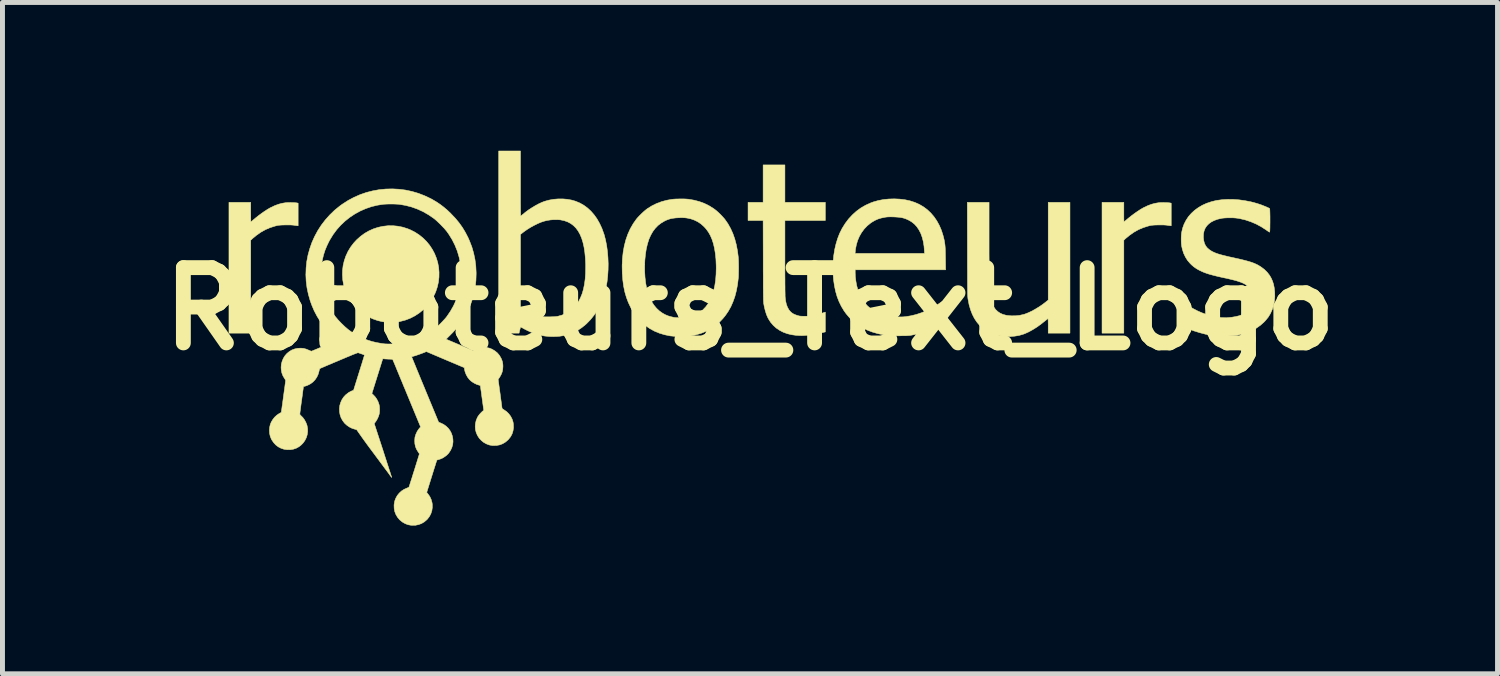
<source format=kicad_pcb>
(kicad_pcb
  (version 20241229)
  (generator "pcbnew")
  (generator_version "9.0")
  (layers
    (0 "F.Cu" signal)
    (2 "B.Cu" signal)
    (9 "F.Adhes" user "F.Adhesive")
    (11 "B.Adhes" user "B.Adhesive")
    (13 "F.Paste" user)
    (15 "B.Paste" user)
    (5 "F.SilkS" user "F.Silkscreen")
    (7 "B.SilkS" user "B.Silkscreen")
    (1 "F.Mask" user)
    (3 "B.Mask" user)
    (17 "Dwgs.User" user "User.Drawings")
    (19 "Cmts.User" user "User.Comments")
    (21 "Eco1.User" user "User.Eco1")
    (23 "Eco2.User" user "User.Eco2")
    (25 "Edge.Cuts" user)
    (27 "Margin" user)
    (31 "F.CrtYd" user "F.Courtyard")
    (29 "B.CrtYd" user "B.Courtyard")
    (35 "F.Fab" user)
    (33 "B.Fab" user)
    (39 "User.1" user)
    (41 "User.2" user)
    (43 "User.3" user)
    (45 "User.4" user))
  (footprint "Roboteurs_Text_Logo"
    (layer "F.Cu")
    (at 12.127 3.2)
    (property "Reference" "Roboteurs_Text_Logo" (at 0 0 0) (layer "F.SilkS") (effects (font (size 1.524 1.524) (thickness 0.3))))
    (attr through_hole)
    (fp_poly (pts (xy -10.104 -1.959) (xy -10.103 -1.913) (xy -10.103 -1.871) (xy -10.103 -1.833) (xy -10.102 -1.803) (xy -10.102 -1.779) (xy -10.101 -1.765) (xy -10.1 -1.761) (xy -10.095 -1.765) (xy -10.083 -1.774) (xy -10.067 -1.787) (xy -10.059 -1.794) (xy -10.003 -1.841) (xy -9.944 -1.888) (xy -9.883 -1.933) (xy -9.823 -1.975) (xy -9.766 -2.012) (xy -9.713 -2.043) (xy -9.693 -2.053) (xy -9.615 -2.09) (xy -9.539 -2.118) (xy -9.466 -2.137) (xy -9.391 -2.149) (xy -9.375 -2.15) (xy -9.345 -2.152) (xy -9.31 -2.152) (xy -9.273 -2.151) (xy -9.237 -2.15) (xy -9.203 -2.148) (xy -9.176 -2.145) (xy -9.159 -2.142) (xy -9.144 -2.138) (xy -9.144 -1.681) (xy -9.171 -1.684) (xy -9.19 -1.686) (xy -9.216 -1.69) (xy -9.24 -1.694) (xy -9.265 -1.696) (xy -9.3 -1.698) (xy -9.344 -1.698) (xy -9.396 -1.698) (xy -9.409 -1.698) (xy -9.451 -1.697) (xy -9.483 -1.696) (xy -9.509 -1.694) (xy -9.53 -1.692) (xy -9.549 -1.69) (xy -9.568 -1.686) (xy -9.589 -1.681) (xy -9.612 -1.675) (xy -9.713 -1.643) (xy -9.809 -1.602) (xy -9.901 -1.55) (xy -9.989 -1.488) (xy -10.072 -1.419) (xy -10.104 -1.389) (xy -10.104 0.491) (xy -10.544 0.491) (xy -10.544 -2.156) (xy -10.104 -2.156) (xy -10.104 -1.959)) (stroke (width 0.01) (type solid)) (fill yes) (layer "F.SilkS"))
    (fp_poly (pts (xy 7.564 -1.959) (xy 7.564 -1.913) (xy 7.564 -1.871) (xy 7.564 -1.833) (xy 7.565 -1.803) (xy 7.566 -1.779) (xy 7.566 -1.765) (xy 7.567 -1.761) (xy 7.573 -1.765) (xy 7.584 -1.774) (xy 7.6 -1.787) (xy 7.608 -1.794) (xy 7.664 -1.841) (xy 7.723 -1.888) (xy 7.784 -1.933) (xy 7.844 -1.975) (xy 7.901 -2.012) (xy 7.954 -2.043) (xy 7.974 -2.053) (xy 8.052 -2.09) (xy 8.128 -2.118) (xy 8.201 -2.137) (xy 8.276 -2.149) (xy 8.293 -2.15) (xy 8.322 -2.152) (xy 8.357 -2.152) (xy 8.394 -2.151) (xy 8.43 -2.15) (xy 8.464 -2.148) (xy 8.491 -2.145) (xy 8.508 -2.142) (xy 8.523 -2.138) (xy 8.523 -1.681) (xy 8.496 -1.684) (xy 8.477 -1.686) (xy 8.452 -1.69) (xy 8.427 -1.694) (xy 8.402 -1.696) (xy 8.367 -1.698) (xy 8.323 -1.698) (xy 8.271 -1.698) (xy 8.258 -1.698) (xy 8.216 -1.697) (xy 8.184 -1.696) (xy 8.158 -1.694) (xy 8.137 -1.692) (xy 8.118 -1.69) (xy 8.099 -1.686) (xy 8.078 -1.681) (xy 8.055 -1.675) (xy 7.954 -1.643) (xy 7.858 -1.602) (xy 7.766 -1.55) (xy 7.678 -1.488) (xy 7.595 -1.419) (xy 7.564 -1.389) (xy 7.564 0.491) (xy 7.123 0.491) (xy 7.123 -2.156) (xy 7.564 -2.156) (xy 7.564 -1.959)) (stroke (width 0.01) (type solid)) (fill yes) (layer "F.SilkS"))
    (fp_poly (pts (xy -7.127 -1.673) (xy -7.027 -1.653) (xy -6.929 -1.622) (xy -6.869 -1.597) (xy -6.777 -1.55) (xy -6.692 -1.494) (xy -6.614 -1.431) (xy -6.544 -1.361) (xy -6.482 -1.285) (xy -6.429 -1.204) (xy -6.383 -1.118) (xy -6.347 -1.028) (xy -6.319 -0.935) (xy -6.301 -0.839) (xy -6.293 -0.742) (xy -6.294 -0.643) (xy -6.305 -0.544) (xy -6.327 -0.446) (xy -6.359 -0.349) (xy -6.378 -0.304) (xy -6.426 -0.212) (xy -6.483 -0.126) (xy -6.548 -0.046) (xy -6.621 0.025) (xy -6.701 0.089) (xy -6.787 0.144) (xy -6.879 0.191) (xy -6.977 0.228) (xy -7.073 0.253) (xy -7.094 0.258) (xy -7.115 0.261) (xy -7.137 0.264) (xy -7.163 0.267) (xy -7.195 0.269) (xy -7.235 0.272) (xy -7.25 0.273) (xy -7.268 0.273) (xy -7.293 0.273) (xy -7.322 0.272) (xy -7.342 0.271) (xy -7.44 0.259) (xy -7.537 0.236) (xy -7.631 0.203) (xy -7.722 0.161) (xy -7.809 0.11) (xy -7.89 0.05) (xy -7.964 -0.016) (xy -8.03 -0.09) (xy -8.043 -0.107) (xy -8.105 -0.196) (xy -8.155 -0.289) (xy -8.194 -0.384) (xy -8.223 -0.483) (xy -8.241 -0.585) (xy -8.248 -0.69) (xy -8.246 -0.775) (xy -8.234 -0.876) (xy -8.211 -0.974) (xy -8.178 -1.07) (xy -8.135 -1.162) (xy -8.082 -1.25) (xy -8.02 -1.332) (xy -7.961 -1.396) (xy -7.883 -1.466) (xy -7.8 -1.527) (xy -7.712 -1.578) (xy -7.62 -1.619) (xy -7.525 -1.65) (xy -7.427 -1.671) (xy -7.328 -1.682) (xy -7.227 -1.683) (xy -7.127 -1.673)) (stroke (width 0.01) (type solid)) (fill yes) (layer "F.SilkS"))
    (fp_poly (pts (xy 0.706 -2.156) (xy 1.524 -2.156) (xy 1.524 -1.789) (xy 0.706 -1.789) (xy 0.706 -1.054) (xy 0.706 -0.951) (xy 0.706 -0.852) (xy 0.706 -0.759) (xy 0.706 -0.671) (xy 0.707 -0.589) (xy 0.707 -0.515) (xy 0.708 -0.448) (xy 0.708 -0.389) (xy 0.709 -0.338) (xy 0.71 -0.297) (xy 0.71 -0.266) (xy 0.711 -0.245) (xy 0.711 -0.241) (xy 0.72 -0.163) (xy 0.735 -0.094) (xy 0.757 -0.035) (xy 0.784 0.015) (xy 0.817 0.056) (xy 0.818 0.056) (xy 0.846 0.081) (xy 0.875 0.1) (xy 0.909 0.116) (xy 0.95 0.131) (xy 0.957 0.133) (xy 0.974 0.138) (xy 0.989 0.142) (xy 1.004 0.145) (xy 1.02 0.147) (xy 1.041 0.148) (xy 1.067 0.149) (xy 1.102 0.149) (xy 1.132 0.149) (xy 1.179 0.149) (xy 1.218 0.148) (xy 1.252 0.146) (xy 1.282 0.142) (xy 1.311 0.136) (xy 1.343 0.127) (xy 1.38 0.115) (xy 1.424 0.099) (xy 1.425 0.099) (xy 1.453 0.089) (xy 1.478 0.08) (xy 1.498 0.074) (xy 1.51 0.07) (xy 1.511 0.069) (xy 1.524 0.066) (xy 1.524 0.466) (xy 1.449 0.484) (xy 1.378 0.5) (xy 1.305 0.514) (xy 1.232 0.525) (xy 1.165 0.533) (xy 1.138 0.536) (xy 1.092 0.539) (xy 1.052 0.541) (xy 1.013 0.54) (xy 0.97 0.538) (xy 0.935 0.536) (xy 0.842 0.523) (xy 0.754 0.502) (xy 0.672 0.472) (xy 0.597 0.433) (xy 0.529 0.387) (xy 0.469 0.332) (xy 0.416 0.27) (xy 0.372 0.201) (xy 0.362 0.182) (xy 0.333 0.116) (xy 0.309 0.04) (xy 0.288 -0.045) (xy 0.279 -0.096) (xy 0.277 -0.105) (xy 0.276 -0.114) (xy 0.275 -0.126) (xy 0.274 -0.139) (xy 0.273 -0.154) (xy 0.272 -0.173) (xy 0.271 -0.196) (xy 0.271 -0.223) (xy 0.27 -0.255) (xy 0.27 -0.292) (xy 0.269 -0.335) (xy 0.269 -0.385) (xy 0.268 -0.443) (xy 0.268 -0.508) (xy 0.268 -0.581) (xy 0.268 -0.664) (xy 0.267 -0.756) (xy 0.267 -0.858) (xy 0.267 -0.971) (xy 0.267 -0.972) (xy 0.265 -1.789) (xy -0.04 -1.789) (xy -0.04 -2.156) (xy 0.265 -2.156) (xy 0.265 -2.913) (xy 0.706 -2.913) (xy 0.706 -2.156)) (stroke (width 0.01) (type solid)) (fill yes) (layer "F.SilkS"))
    (fp_poly (pts (xy 4.837 -1.344) (xy 4.837 -1.216) (xy 4.837 -1.099) (xy 4.838 -0.992) (xy 4.838 -0.895) (xy 4.838 -0.807) (xy 4.839 -0.727) (xy 4.839 -0.655) (xy 4.84 -0.591) (xy 4.841 -0.533) (xy 4.843 -0.482) (xy 4.844 -0.436) (xy 4.846 -0.396) (xy 4.848 -0.36) (xy 4.851 -0.329) (xy 4.853 -0.301) (xy 4.856 -0.275) (xy 4.86 -0.253) (xy 4.864 -0.232) (xy 4.868 -0.212) (xy 4.872 -0.193) (xy 4.877 -0.174) (xy 4.88 -0.166) (xy 4.904 -0.097) (xy 4.934 -0.037) (xy 4.969 0.013) (xy 5.012 0.054) (xy 5.061 0.087) (xy 5.117 0.112) (xy 5.181 0.129) (xy 5.204 0.133) (xy 5.288 0.141) (xy 5.373 0.14) (xy 5.456 0.131) (xy 5.536 0.113) (xy 5.563 0.105) (xy 5.627 0.08) (xy 5.696 0.048) (xy 5.767 0.009) (xy 5.84 -0.035) (xy 5.913 -0.084) (xy 5.982 -0.136) (xy 5.987 -0.141) (xy 6.034 -0.178) (xy 6.034 -2.156) (xy 6.474 -2.156) (xy 6.474 0.491) (xy 6.034 0.491) (xy 6.034 0.344) (xy 6.034 0.305) (xy 6.033 0.27) (xy 6.033 0.24) (xy 6.032 0.217) (xy 6.031 0.202) (xy 6.03 0.198) (xy 6.024 0.201) (xy 6.011 0.21) (xy 5.994 0.224) (xy 5.98 0.235) (xy 5.891 0.306) (xy 5.804 0.369) (xy 5.719 0.422) (xy 5.637 0.467) (xy 5.559 0.502) (xy 5.52 0.516) (xy 5.442 0.538) (xy 5.357 0.552) (xy 5.27 0.56) (xy 5.182 0.56) (xy 5.153 0.559) (xy 5.069 0.549) (xy 4.987 0.53) (xy 4.947 0.519) (xy 4.863 0.487) (xy 4.785 0.446) (xy 4.714 0.396) (xy 4.649 0.338) (xy 4.592 0.27) (xy 4.541 0.194) (xy 4.498 0.11) (xy 4.462 0.017) (xy 4.433 -0.083) (xy 4.412 -0.192) (xy 4.41 -0.203) (xy 4.409 -0.212) (xy 4.408 -0.223) (xy 4.407 -0.234) (xy 4.406 -0.248) (xy 4.405 -0.265) (xy 4.404 -0.285) (xy 4.403 -0.309) (xy 4.403 -0.336) (xy 4.402 -0.369) (xy 4.402 -0.407) (xy 4.401 -0.451) (xy 4.401 -0.502) (xy 4.401 -0.559) (xy 4.4 -0.624) (xy 4.4 -0.697) (xy 4.4 -0.778) (xy 4.399 -0.869) (xy 4.399 -0.969) (xy 4.399 -1.079) (xy 4.399 -1.2) (xy 4.399 -1.212) (xy 4.397 -2.156) (xy 4.837 -2.156) (xy 4.837 -1.344)) (stroke (width 0.01) (type solid)) (fill yes) (layer "F.SilkS"))
    (fp_poly (pts (xy -4.645 -2.537) (xy -4.645 -2.452) (xy -4.645 -2.37) (xy -4.645 -2.292) (xy -4.645 -2.219) (xy -4.645 -2.151) (xy -4.644 -2.088) (xy -4.644 -2.033) (xy -4.643 -1.985) (xy -4.643 -1.945) (xy -4.642 -1.914) (xy -4.642 -1.893) (xy -4.641 -1.881) (xy -4.641 -1.88) (xy -4.635 -1.883) (xy -4.623 -1.892) (xy -4.607 -1.905) (xy -4.603 -1.908) (xy -4.543 -1.957) (xy -4.478 -2.005) (xy -4.41 -2.049) (xy -4.342 -2.09) (xy -4.275 -2.126) (xy -4.212 -2.155) (xy -4.16 -2.175) (xy -4.071 -2.2) (xy -3.977 -2.217) (xy -3.882 -2.225) (xy -3.787 -2.225) (xy -3.694 -2.217) (xy -3.604 -2.2) (xy -3.53 -2.178) (xy -3.444 -2.142) (xy -3.363 -2.096) (xy -3.288 -2.041) (xy -3.218 -1.976) (xy -3.153 -1.901) (xy -3.095 -1.819) (xy -3.043 -1.727) (xy -2.997 -1.628) (xy -2.958 -1.52) (xy -2.95 -1.496) (xy -2.923 -1.391) (xy -2.901 -1.279) (xy -2.885 -1.16) (xy -2.875 -1.038) (xy -2.87 -0.914) (xy -2.872 -0.789) (xy -2.88 -0.666) (xy -2.893 -0.547) (xy -2.913 -0.435) (xy -2.944 -0.31) (xy -2.983 -0.192) (xy -3.031 -0.08) (xy -3.088 0.026) (xy -3.153 0.124) (xy -3.226 0.215) (xy -3.306 0.298) (xy -3.327 0.317) (xy -3.408 0.382) (xy -3.491 0.437) (xy -3.579 0.482) (xy -3.67 0.516) (xy -3.767 0.541) (xy -3.868 0.556) (xy -3.975 0.561) (xy -4.061 0.559) (xy -4.152 0.55) (xy -4.237 0.536) (xy -4.284 0.525) (xy -4.336 0.509) (xy -4.394 0.487) (xy -4.454 0.462) (xy -4.514 0.434) (xy -4.571 0.405) (xy -4.59 0.394) (xy -4.611 0.383) (xy -4.628 0.374) (xy -4.639 0.368) (xy -4.642 0.368) (xy -4.645 0.374) (xy -4.649 0.388) (xy -4.654 0.409) (xy -4.66 0.432) (xy -4.666 0.457) (xy -4.67 0.476) (xy -4.674 0.491) (xy -5.086 0.491) (xy -5.086 -1.506) (xy -4.645 -1.506) (xy -4.645 0.016) (xy -4.562 0.053) (xy -4.489 0.083) (xy -4.423 0.108) (xy -4.36 0.127) (xy -4.3 0.142) (xy -4.238 0.154) (xy -4.228 0.155) (xy -4.198 0.158) (xy -4.16 0.161) (xy -4.118 0.162) (xy -4.072 0.162) (xy -4.026 0.161) (xy -3.982 0.159) (xy -3.943 0.157) (xy -3.91 0.153) (xy -3.889 0.15) (xy -3.807 0.127) (xy -3.732 0.096) (xy -3.664 0.057) (xy -3.601 0.009) (xy -3.57 -0.02) (xy -3.518 -0.08) (xy -3.471 -0.147) (xy -3.432 -0.222) (xy -3.398 -0.304) (xy -3.371 -0.395) (xy -3.351 -0.494) (xy -3.336 -0.602) (xy -3.328 -0.718) (xy -3.326 -0.844) (xy -3.326 -0.903) (xy -3.332 -1.028) (xy -3.343 -1.144) (xy -3.359 -1.249) (xy -3.381 -1.345) (xy -3.408 -1.432) (xy -3.441 -1.509) (xy -3.479 -1.577) (xy -3.523 -1.636) (xy -3.573 -1.686) (xy -3.628 -1.727) (xy -3.69 -1.76) (xy -3.757 -1.784) (xy -3.831 -1.8) (xy -3.838 -1.801) (xy -3.872 -1.804) (xy -3.915 -1.805) (xy -3.965 -1.805) (xy -3.97 -1.805) (xy -4.038 -1.8) (xy -4.102 -1.79) (xy -4.164 -1.775) (xy -4.228 -1.754) (xy -4.295 -1.726) (xy -4.36 -1.694) (xy -4.432 -1.655) (xy -4.502 -1.612) (xy -4.567 -1.567) (xy -4.606 -1.537) (xy -4.645 -1.506) (xy -5.086 -1.506) (xy -5.086 -3.195) (xy -4.645 -3.195) (xy -4.645 -2.537)) (stroke (width 0.01) (type solid)) (fill yes) (layer "F.SilkS"))
    (fp_poly (pts (xy 3.029 -2.221) (xy 3.136 -2.208) (xy 3.237 -2.186) (xy 3.333 -2.155) (xy 3.424 -2.115) (xy 3.509 -2.065) (xy 3.587 -2.007) (xy 3.658 -1.94) (xy 3.723 -1.864) (xy 3.78 -1.781) (xy 3.83 -1.69) (xy 3.872 -1.592) (xy 3.906 -1.486) (xy 3.917 -1.443) (xy 3.926 -1.406) (xy 3.933 -1.372) (xy 3.938 -1.339) (xy 3.943 -1.306) (xy 3.947 -1.27) (xy 3.95 -1.23) (xy 3.952 -1.185) (xy 3.953 -1.134) (xy 3.954 -1.073) (xy 3.955 -1.017) (xy 3.958 -0.79) (xy 2.128 -0.79) (xy 2.128 -0.734) (xy 2.131 -0.65) (xy 2.142 -0.563) (xy 2.157 -0.477) (xy 2.179 -0.396) (xy 2.185 -0.376) (xy 2.221 -0.286) (xy 2.265 -0.203) (xy 2.316 -0.128) (xy 2.376 -0.061) (xy 2.443 -0.003) (xy 2.518 0.048) (xy 2.6 0.089) (xy 2.689 0.122) (xy 2.785 0.147) (xy 2.802 0.15) (xy 2.832 0.154) (xy 2.87 0.158) (xy 2.914 0.16) (xy 2.962 0.162) (xy 3.01 0.163) (xy 3.057 0.163) (xy 3.1 0.162) (xy 3.135 0.159) (xy 3.145 0.158) (xy 3.255 0.14) (xy 3.367 0.113) (xy 3.479 0.075) (xy 3.589 0.029) (xy 3.695 -0.025) (xy 3.796 -0.087) (xy 3.842 -0.119) (xy 3.863 -0.133) (xy 3.881 -0.144) (xy 3.895 -0.151) (xy 3.9 -0.152) (xy 3.912 -0.152) (xy 3.91 0.088) (xy 3.909 0.329) (xy 3.782 0.379) (xy 3.697 0.411) (xy 3.62 0.439) (xy 3.548 0.463) (xy 3.479 0.484) (xy 3.41 0.502) (xy 3.339 0.518) (xy 3.274 0.531) (xy 3.254 0.535) (xy 3.234 0.538) (xy 3.213 0.54) (xy 3.19 0.541) (xy 3.162 0.543) (xy 3.128 0.544) (xy 3.086 0.544) (xy 3.034 0.545) (xy 3.034 0.545) (xy 2.989 0.545) (xy 2.948 0.545) (xy 2.91 0.545) (xy 2.878 0.545) (xy 2.854 0.545) (xy 2.839 0.544) (xy 2.836 0.544) (xy 2.707 0.526) (xy 2.585 0.501) (xy 2.472 0.468) (xy 2.366 0.427) (xy 2.268 0.378) (xy 2.177 0.322) (xy 2.094 0.256) (xy 2.017 0.183) (xy 1.947 0.101) (xy 1.901 0.037) (xy 1.848 -0.051) (xy 1.802 -0.145) (xy 1.763 -0.245) (xy 1.732 -0.353) (xy 1.708 -0.467) (xy 1.69 -0.59) (xy 1.681 -0.703) (xy 1.678 -0.83) (xy 1.682 -0.956) (xy 1.694 -1.08) (xy 1.701 -1.123) (xy 2.126 -1.123) (xy 3.531 -1.123) (xy 3.529 -1.164) (xy 3.521 -1.268) (xy 3.506 -1.363) (xy 3.483 -1.451) (xy 3.454 -1.53) (xy 3.417 -1.601) (xy 3.374 -1.664) (xy 3.325 -1.717) (xy 3.268 -1.762) (xy 3.223 -1.789) (xy 3.18 -1.81) (xy 3.138 -1.827) (xy 3.096 -1.84) (xy 3.051 -1.849) (xy 3.001 -1.855) (xy 2.944 -1.859) (xy 2.901 -1.861) (xy 2.86 -1.862) (xy 2.827 -1.862) (xy 2.8 -1.861) (xy 2.776 -1.86) (xy 2.752 -1.857) (xy 2.725 -1.853) (xy 2.723 -1.852) (xy 2.651 -1.837) (xy 2.587 -1.817) (xy 2.527 -1.79) (xy 2.469 -1.756) (xy 2.438 -1.735) (xy 2.371 -1.68) (xy 2.311 -1.617) (xy 2.258 -1.546) (xy 2.214 -1.469) (xy 2.178 -1.386) (xy 2.152 -1.299) (xy 2.134 -1.207) (xy 2.13 -1.166) (xy 2.126 -1.123) (xy 1.701 -1.123) (xy 1.713 -1.2) (xy 1.74 -1.315) (xy 1.773 -1.424) (xy 1.813 -1.527) (xy 1.86 -1.621) (xy 1.863 -1.627) (xy 1.926 -1.728) (xy 1.995 -1.82) (xy 2.072 -1.903) (xy 2.154 -1.977) (xy 2.243 -2.042) (xy 2.338 -2.097) (xy 2.439 -2.143) (xy 2.496 -2.164) (xy 2.595 -2.192) (xy 2.7 -2.212) (xy 2.809 -2.223) (xy 2.919 -2.226) (xy 3.029 -2.221)) (stroke (width 0.01) (type solid)) (fill yes) (layer "F.SilkS"))
    (fp_poly (pts (xy -1.347 -2.225) (xy -1.3 -2.223) (xy -1.26 -2.22) (xy -1.245 -2.219) (xy -1.131 -2.199) (xy -1.025 -2.171) (xy -0.924 -2.134) (xy -0.829 -2.087) (xy -0.739 -2.031) (xy -0.691 -1.995) (xy -0.664 -1.972) (xy -0.631 -1.942) (xy -0.597 -1.909) (xy -0.564 -1.874) (xy -0.534 -1.841) (xy -0.51 -1.813) (xy -0.507 -1.809) (xy -0.446 -1.721) (xy -0.393 -1.626) (xy -0.347 -1.524) (xy -0.309 -1.416) (xy -0.278 -1.299) (xy -0.254 -1.175) (xy -0.237 -1.042) (xy -0.237 -1.039) (xy -0.235 -1.006) (xy -0.233 -0.965) (xy -0.232 -0.917) (xy -0.231 -0.865) (xy -0.231 -0.811) (xy -0.232 -0.759) (xy -0.233 -0.709) (xy -0.234 -0.666) (xy -0.236 -0.63) (xy -0.237 -0.624) (xy -0.253 -0.491) (xy -0.276 -0.368) (xy -0.306 -0.252) (xy -0.344 -0.145) (xy -0.388 -0.044) (xy -0.441 0.05) (xy -0.501 0.137) (xy -0.546 0.192) (xy -0.621 0.271) (xy -0.703 0.341) (xy -0.791 0.401) (xy -0.885 0.452) (xy -0.986 0.493) (xy -1.092 0.525) (xy -1.184 0.545) (xy -1.206 0.548) (xy -1.236 0.551) (xy -1.27 0.555) (xy -1.307 0.558) (xy -1.343 0.56) (xy -1.376 0.562) (xy -1.403 0.563) (xy -1.421 0.564) (xy -1.422 0.563) (xy -1.433 0.563) (xy -1.453 0.562) (xy -1.478 0.56) (xy -1.504 0.558) (xy -1.621 0.546) (xy -1.731 0.523) (xy -1.836 0.491) (xy -1.935 0.45) (xy -2.028 0.399) (xy -2.115 0.339) (xy -2.195 0.269) (xy -2.269 0.19) (xy -2.336 0.102) (xy -2.397 0.005) (xy -2.415 -0.029) (xy -2.462 -0.128) (xy -2.501 -0.231) (xy -2.533 -0.34) (xy -2.557 -0.456) (xy -2.574 -0.58) (xy -2.584 -0.711) (xy -2.585 -0.721) (xy -2.586 -0.761) (xy -2.132 -0.761) (xy -2.125 -0.639) (xy -2.112 -0.525) (xy -2.092 -0.419) (xy -2.065 -0.32) (xy -2.031 -0.23) (xy -1.992 -0.149) (xy -1.945 -0.076) (xy -1.893 -0.013) (xy -1.834 0.042) (xy -1.83 0.045) (xy -1.774 0.085) (xy -1.717 0.117) (xy -1.657 0.142) (xy -1.591 0.161) (xy -1.538 0.173) (xy -1.512 0.176) (xy -1.478 0.178) (xy -1.438 0.179) (xy -1.396 0.178) (xy -1.352 0.177) (xy -1.311 0.175) (xy -1.276 0.172) (xy -1.248 0.168) (xy -1.242 0.167) (xy -1.189 0.153) (xy -1.141 0.137) (xy -1.095 0.116) (xy -1.087 0.112) (xy -1.017 0.071) (xy -0.954 0.02) (xy -0.897 -0.04) (xy -0.847 -0.108) (xy -0.803 -0.186) (xy -0.767 -0.272) (xy -0.736 -0.367) (xy -0.713 -0.47) (xy -0.696 -0.582) (xy -0.687 -0.702) (xy -0.684 -0.83) (xy -0.685 -0.886) (xy -0.69 -1.008) (xy -0.702 -1.121) (xy -0.719 -1.225) (xy -0.741 -1.32) (xy -0.769 -1.406) (xy -0.803 -1.485) (xy -0.843 -1.555) (xy -0.89 -1.619) (xy -0.934 -1.667) (xy -0.994 -1.72) (xy -1.058 -1.763) (xy -1.128 -1.797) (xy -1.194 -1.82) (xy -1.236 -1.83) (xy -1.276 -1.838) (xy -1.317 -1.843) (xy -1.361 -1.845) (xy -1.413 -1.845) (xy -1.435 -1.844) (xy -1.499 -1.841) (xy -1.555 -1.834) (xy -1.605 -1.825) (xy -1.651 -1.811) (xy -1.697 -1.793) (xy -1.73 -1.777) (xy -1.799 -1.736) (xy -1.862 -1.688) (xy -1.917 -1.631) (xy -1.967 -1.565) (xy -2.009 -1.491) (xy -2.046 -1.408) (xy -2.075 -1.316) (xy -2.099 -1.216) (xy -2.116 -1.106) (xy -2.128 -0.987) (xy -2.132 -0.891) (xy -2.132 -0.761) (xy -2.586 -0.761) (xy -2.588 -0.87) (xy -2.582 -1.012) (xy -2.567 -1.148) (xy -2.544 -1.277) (xy -2.512 -1.399) (xy -2.471 -1.515) (xy -2.422 -1.623) (xy -2.364 -1.724) (xy -2.3 -1.815) (xy -2.273 -1.847) (xy -2.239 -1.883) (xy -2.201 -1.921) (xy -2.162 -1.958) (xy -2.123 -1.992) (xy -2.088 -2.02) (xy -2.077 -2.028) (xy -1.989 -2.083) (xy -1.893 -2.131) (xy -1.792 -2.169) (xy -1.684 -2.198) (xy -1.583 -2.216) (xy -1.546 -2.22) (xy -1.501 -2.223) (xy -1.451 -2.224) (xy -1.399 -2.225) (xy -1.347 -2.225)) (stroke (width 0.01) (type solid)) (fill yes) (layer "F.SilkS"))
    (fp_poly (pts (xy 9.779 -2.215) (xy 9.898 -2.206) (xy 10.017 -2.189) (xy 10.136 -2.166) (xy 10.252 -2.135) (xy 10.317 -2.114) (xy 10.348 -2.103) (xy 10.381 -2.09) (xy 10.414 -2.077) (xy 10.446 -2.064) (xy 10.474 -2.051) (xy 10.496 -2.041) (xy 10.511 -2.033) (xy 10.514 -2.031) (xy 10.516 -2.024) (xy 10.518 -2.007) (xy 10.519 -1.982) (xy 10.52 -1.951) (xy 10.521 -1.914) (xy 10.522 -1.872) (xy 10.522 -1.829) (xy 10.522 -1.784) (xy 10.522 -1.739) (xy 10.521 -1.696) (xy 10.521 -1.656) (xy 10.52 -1.621) (xy 10.519 -1.591) (xy 10.517 -1.569) (xy 10.515 -1.556) (xy 10.514 -1.552) (xy 10.507 -1.555) (xy 10.492 -1.564) (xy 10.474 -1.576) (xy 10.462 -1.585) (xy 10.357 -1.654) (xy 10.248 -1.714) (xy 10.136 -1.762) (xy 10.02 -1.801) (xy 9.902 -1.828) (xy 9.858 -1.835) (xy 9.821 -1.839) (xy 9.778 -1.842) (xy 9.729 -1.843) (xy 9.68 -1.843) (xy 9.632 -1.841) (xy 9.588 -1.838) (xy 9.552 -1.834) (xy 9.542 -1.832) (xy 9.463 -1.814) (xy 9.394 -1.789) (xy 9.333 -1.758) (xy 9.283 -1.721) (xy 9.242 -1.679) (xy 9.21 -1.631) (xy 9.188 -1.577) (xy 9.176 -1.517) (xy 9.174 -1.452) (xy 9.174 -1.444) (xy 9.181 -1.382) (xy 9.195 -1.328) (xy 9.217 -1.281) (xy 9.247 -1.24) (xy 9.286 -1.204) (xy 9.33 -1.174) (xy 9.36 -1.157) (xy 9.392 -1.142) (xy 9.428 -1.127) (xy 9.468 -1.113) (xy 9.514 -1.099) (xy 9.566 -1.085) (xy 9.627 -1.07) (xy 9.697 -1.053) (xy 9.754 -1.041) (xy 9.839 -1.022) (xy 9.915 -1.005) (xy 9.981 -0.989) (xy 10.039 -0.974) (xy 10.09 -0.96) (xy 10.136 -0.946) (xy 10.176 -0.932) (xy 10.212 -0.918) (xy 10.244 -0.903) (xy 10.275 -0.888) (xy 10.305 -0.87) (xy 10.335 -0.852) (xy 10.34 -0.848) (xy 10.407 -0.798) (xy 10.465 -0.741) (xy 10.513 -0.679) (xy 10.549 -0.617) (xy 10.574 -0.558) (xy 10.594 -0.496) (xy 10.607 -0.429) (xy 10.616 -0.354) (xy 10.617 -0.345) (xy 10.619 -0.248) (xy 10.611 -0.155) (xy 10.593 -0.068) (xy 10.565 0.018) (xy 10.53 0.096) (xy 10.485 0.169) (xy 10.431 0.235) (xy 10.403 0.265) (xy 10.329 0.331) (xy 10.247 0.389) (xy 10.159 0.438) (xy 10.064 0.479) (xy 9.964 0.511) (xy 9.858 0.533) (xy 9.816 0.539) (xy 9.778 0.543) (xy 9.733 0.546) (xy 9.681 0.548) (xy 9.627 0.55) (xy 9.573 0.551) (xy 9.522 0.55) (xy 9.477 0.549) (xy 9.44 0.547) (xy 9.33 0.534) (xy 9.214 0.512) (xy 9.096 0.481) (xy 8.977 0.444) (xy 8.859 0.399) (xy 8.764 0.357) (xy 8.709 0.331) (xy 8.709 0.084) (xy 8.709 0.025) (xy 8.709 -0.024) (xy 8.71 -0.064) (xy 8.71 -0.095) (xy 8.71 -0.119) (xy 8.711 -0.137) (xy 8.712 -0.149) (xy 8.713 -0.157) (xy 8.715 -0.161) (xy 8.717 -0.163) (xy 8.72 -0.164) (xy 8.721 -0.164) (xy 8.729 -0.16) (xy 8.745 -0.151) (xy 8.765 -0.138) (xy 8.787 -0.122) (xy 8.787 -0.122) (xy 8.875 -0.06) (xy 8.965 -0.006) (xy 9.059 0.043) (xy 9.15 0.082) (xy 9.255 0.12) (xy 9.356 0.149) (xy 9.454 0.168) (xy 9.551 0.178) (xy 9.647 0.179) (xy 9.745 0.17) (xy 9.824 0.157) (xy 9.899 0.139) (xy 9.963 0.116) (xy 10.019 0.088) (xy 10.066 0.054) (xy 10.104 0.015) (xy 10.114 0.003) (xy 10.133 -0.026) (xy 10.148 -0.055) (xy 10.158 -0.087) (xy 10.164 -0.124) (xy 10.168 -0.17) (xy 10.169 -0.181) (xy 10.169 -0.249) (xy 10.16 -0.31) (xy 10.144 -0.363) (xy 10.119 -0.409) (xy 10.085 -0.449) (xy 10.048 -0.479) (xy 10.02 -0.497) (xy 9.991 -0.513) (xy 9.959 -0.528) (xy 9.923 -0.542) (xy 9.882 -0.556) (xy 9.835 -0.571) (xy 9.781 -0.585) (xy 9.719 -0.6) (xy 9.648 -0.617) (xy 9.59 -0.629) (xy 9.512 -0.646) (xy 9.444 -0.662) (xy 9.384 -0.677) (xy 9.332 -0.691) (xy 9.285 -0.704) (xy 9.242 -0.718) (xy 9.203 -0.732) (xy 9.165 -0.747) (xy 9.158 -0.75) (xy 9.092 -0.781) (xy 9.035 -0.813) (xy 8.984 -0.848) (xy 8.937 -0.888) (xy 8.905 -0.92) (xy 8.852 -0.982) (xy 8.809 -1.051) (xy 8.774 -1.125) (xy 8.748 -1.207) (xy 8.734 -1.271) (xy 8.729 -1.31) (xy 8.726 -1.357) (xy 8.725 -1.408) (xy 8.726 -1.459) (xy 8.729 -1.507) (xy 8.734 -1.547) (xy 8.754 -1.634) (xy 8.784 -1.717) (xy 8.824 -1.794) (xy 8.872 -1.867) (xy 8.93 -1.933) (xy 8.996 -1.994) (xy 9.07 -2.048) (xy 9.151 -2.096) (xy 9.239 -2.136) (xy 9.334 -2.168) (xy 9.434 -2.193) (xy 9.447 -2.195) (xy 9.552 -2.209) (xy 9.664 -2.216) (xy 9.779 -2.215)) (stroke (width 0.01) (type solid)) (fill yes) (layer "F.SilkS"))
    (fp_poly (pts (xy -7.104 -2.421) (xy -6.971 -2.404) (xy -6.84 -2.376) (xy -6.711 -2.338) (xy -6.584 -2.289) (xy -6.461 -2.231) (xy -6.426 -2.212) (xy -6.344 -2.163) (xy -6.268 -2.112) (xy -6.196 -2.057) (xy -6.124 -1.996) (xy -6.051 -1.926) (xy -6.048 -1.922) (xy -5.962 -1.832) (xy -5.887 -1.741) (xy -5.82 -1.647) (xy -5.761 -1.549) (xy -5.707 -1.445) (xy -5.677 -1.377) (xy -5.629 -1.253) (xy -5.593 -1.128) (xy -5.566 -1.001) (xy -5.549 -0.871) (xy -5.542 -0.736) (xy -5.542 -0.706) (xy -5.546 -0.577) (xy -5.559 -0.453) (xy -5.581 -0.333) (xy -5.612 -0.214) (xy -5.653 -0.094) (xy -5.671 -0.048) (xy -5.723 0.067) (xy -5.782 0.175) (xy -5.85 0.279) (xy -5.927 0.38) (xy -6.015 0.478) (xy -6.048 0.511) (xy -6.15 0.614) (xy -5.879 0.728) (xy -5.609 0.842) (xy -5.571 0.821) (xy -5.515 0.798) (xy -5.455 0.784) (xy -5.393 0.778) (xy -5.331 0.782) (xy -5.272 0.795) (xy -5.22 0.816) (xy -5.162 0.851) (xy -5.112 0.892) (xy -5.071 0.941) (xy -5.038 0.998) (xy -5.027 1.022) (xy -5.014 1.058) (xy -5.006 1.093) (xy -5.001 1.13) (xy -5 1.166) (xy -5.004 1.223) (xy -5.015 1.276) (xy -5.035 1.327) (xy -5.063 1.378) (xy -5.069 1.387) (xy -5.097 1.428) (xy -5.057 1.717) (xy -5.05 1.773) (xy -5.043 1.825) (xy -5.036 1.873) (xy -5.03 1.916) (xy -5.026 1.952) (xy -5.022 1.981) (xy -5.019 2.001) (xy -5.018 2.011) (xy -5.018 2.012) (xy -5.013 2.018) (xy -5.001 2.028) (xy -4.984 2.04) (xy -4.977 2.044) (xy -4.925 2.08) (xy -4.88 2.125) (xy -4.843 2.175) (xy -4.814 2.231) (xy -4.795 2.29) (xy -4.788 2.336) (xy -4.786 2.405) (xy -4.796 2.47) (xy -4.815 2.531) (xy -4.845 2.587) (xy -4.886 2.639) (xy -4.899 2.653) (xy -4.95 2.696) (xy -5.005 2.729) (xy -5.065 2.752) (xy -5.129 2.764) (xy -5.197 2.766) (xy -5.216 2.765) (xy -5.277 2.754) (xy -5.335 2.732) (xy -5.389 2.702) (xy -5.437 2.663) (xy -5.48 2.617) (xy -5.514 2.564) (xy -5.54 2.506) (xy -5.54 2.506) (xy -5.556 2.446) (xy -5.561 2.383) (xy -5.556 2.32) (xy -5.542 2.258) (xy -5.518 2.2) (xy -5.505 2.177) (xy -5.49 2.155) (xy -5.47 2.13) (xy -5.447 2.105) (xy -5.425 2.083) (xy -5.406 2.066) (xy -5.402 2.064) (xy -5.388 2.055) (xy -5.421 1.816) (xy -5.428 1.765) (xy -5.434 1.717) (xy -5.44 1.673) (xy -5.446 1.635) (xy -5.45 1.604) (xy -5.453 1.58) (xy -5.455 1.566) (xy -5.456 1.563) (xy -5.459 1.554) (xy -5.467 1.548) (xy -5.482 1.543) (xy -5.488 1.542) (xy -5.528 1.529) (xy -5.571 1.509) (xy -5.613 1.484) (xy -5.651 1.456) (xy -5.68 1.428) (xy -5.716 1.381) (xy -5.745 1.328) (xy -5.767 1.271) (xy -5.776 1.231) (xy -5.783 1.189) (xy -6.167 1.027) (xy -6.55 0.864) (xy -6.57 0.873) (xy -6.595 0.884) (xy -6.628 0.896) (xy -6.665 0.91) (xy -6.703 0.923) (xy -6.739 0.936) (xy -6.771 0.947) (xy -6.796 0.954) (xy -6.797 0.954) (xy -6.819 0.961) (xy -6.836 0.966) (xy -6.845 0.97) (xy -6.847 0.971) (xy -6.845 0.976) (xy -6.838 0.992) (xy -6.828 1.016) (xy -6.815 1.049) (xy -6.798 1.09) (xy -6.778 1.138) (xy -6.756 1.193) (xy -6.731 1.254) (xy -6.703 1.321) (xy -6.674 1.392) (xy -6.643 1.467) (xy -6.61 1.546) (xy -6.576 1.628) (xy -6.574 1.634) (xy -6.301 2.293) (xy -6.261 2.309) (xy -6.202 2.337) (xy -6.151 2.373) (xy -6.107 2.415) (xy -6.071 2.463) (xy -6.043 2.516) (xy -6.024 2.572) (xy -6.013 2.63) (xy -6.01 2.689) (xy -6.017 2.749) (xy -6.034 2.807) (xy -6.06 2.863) (xy -6.096 2.917) (xy -6.114 2.938) (xy -6.146 2.968) (xy -6.185 2.996) (xy -6.226 3.021) (xy -6.268 3.039) (xy -6.307 3.051) (xy -6.312 3.052) (xy -6.331 3.058) (xy -6.339 3.067) (xy -6.342 3.075) (xy -6.347 3.092) (xy -6.356 3.118) (xy -6.366 3.152) (xy -6.379 3.192) (xy -6.394 3.239) (xy -6.41 3.29) (xy -6.427 3.345) (xy -6.443 3.396) (xy -6.542 3.714) (xy -6.518 3.744) (xy -6.479 3.799) (xy -6.452 3.858) (xy -6.435 3.919) (xy -6.43 3.95) (xy -6.429 4.019) (xy -6.438 4.084) (xy -6.458 4.145) (xy -6.488 4.202) (xy -6.528 4.254) (xy -6.542 4.268) (xy -6.592 4.311) (xy -6.648 4.344) (xy -6.708 4.366) (xy -6.772 4.379) (xy -6.84 4.38) (xy -6.859 4.379) (xy -6.92 4.368) (xy -6.978 4.346) (xy -7.034 4.314) (xy -7.084 4.273) (xy -7.09 4.268) (xy -7.133 4.217) (xy -7.166 4.161) (xy -7.189 4.102) (xy -7.201 4.038) (xy -7.203 3.97) (xy -7.201 3.95) (xy -7.19 3.889) (xy -7.168 3.831) (xy -7.138 3.777) (xy -7.099 3.729) (xy -7.053 3.686) (xy -7 3.652) (xy -6.944 3.627) (xy -6.925 3.619) (xy -6.91 3.612) (xy -6.902 3.606) (xy -6.902 3.606) (xy -6.899 3.599) (xy -6.894 3.583) (xy -6.885 3.558) (xy -6.875 3.524) (xy -6.862 3.484) (xy -6.847 3.438) (xy -6.831 3.386) (xy -6.814 3.331) (xy -6.795 3.272) (xy -6.793 3.266) (xy -6.69 2.934) (xy -6.717 2.893) (xy -6.749 2.84) (xy -6.77 2.787) (xy -6.782 2.731) (xy -6.785 2.673) (xy -6.784 2.645) (xy -6.782 2.618) (xy -6.78 2.596) (xy -6.779 2.592) (xy -6.761 2.535) (xy -6.735 2.479) (xy -6.701 2.429) (xy -6.686 2.411) (xy -6.666 2.389) (xy -6.943 1.718) (xy -6.977 1.635) (xy -7.011 1.555) (xy -7.042 1.478) (xy -7.073 1.405) (xy -7.101 1.337) (xy -7.127 1.274) (xy -7.151 1.216) (xy -7.171 1.166) (xy -7.189 1.123) (xy -7.204 1.087) (xy -7.216 1.06) (xy -7.223 1.042) (xy -7.227 1.034) (xy -7.227 1.033) (xy -7.231 1.027) (xy -7.236 1.023) (xy -7.245 1.02) (xy -7.261 1.019) (xy -7.286 1.018) (xy -7.287 1.018) (xy -7.318 1.017) (xy -7.351 1.015) (xy -7.381 1.014) (xy -7.386 1.013) (xy -7.432 1.01) (xy -7.542 1.362) (xy -7.652 1.713) (xy -7.625 1.738) (xy -7.587 1.778) (xy -7.553 1.826) (xy -7.526 1.879) (xy -7.507 1.934) (xy -7.504 1.946) (xy -7.498 1.982) (xy -7.496 2.024) (xy -7.496 2.067) (xy -7.5 2.108) (xy -7.504 2.13) (xy -7.519 2.178) (xy -7.541 2.227) (xy -7.569 2.274) (xy -7.577 2.285) (xy -7.604 2.321) (xy -7.451 2.79) (xy -7.42 2.885) (xy -7.393 2.97) (xy -7.368 3.046) (xy -7.347 3.112) (xy -7.328 3.17) (xy -7.312 3.22) (xy -7.298 3.263) (xy -7.286 3.299) (xy -7.277 3.329) (xy -7.269 3.353) (xy -7.263 3.372) (xy -7.258 3.387) (xy -7.255 3.397) (xy -7.253 3.405) (xy -7.252 3.409) (xy -7.251 3.412) (xy -7.252 3.412) (xy -7.252 3.412) (xy -7.253 3.411) (xy -7.258 3.405) (xy -7.268 3.392) (xy -7.282 3.373) (xy -7.298 3.35) (xy -7.304 3.342) (xy -7.317 3.324) (xy -7.335 3.299) (xy -7.359 3.267) (xy -7.387 3.23) (xy -7.418 3.188) (xy -7.452 3.142) (xy -7.487 3.095) (xy -7.523 3.046) (xy -7.535 3.031) (xy -7.596 2.948) (xy -7.652 2.873) (xy -7.702 2.806) (xy -7.747 2.745) (xy -7.787 2.69) (xy -7.823 2.64) (xy -7.856 2.594) (xy -7.886 2.551) (xy -7.908 2.52) (xy -7.925 2.496) (xy -7.939 2.475) (xy -7.951 2.459) (xy -7.957 2.449) (xy -7.959 2.448) (xy -7.966 2.444) (xy -7.981 2.44) (xy -7.997 2.435) (xy -8.052 2.418) (xy -8.106 2.391) (xy -8.156 2.357) (xy -8.199 2.318) (xy -8.205 2.312) (xy -8.245 2.259) (xy -8.276 2.202) (xy -8.296 2.142) (xy -8.307 2.081) (xy -8.309 2.019) (xy -8.302 1.957) (xy -8.285 1.898) (xy -8.26 1.841) (xy -8.226 1.788) (xy -8.183 1.741) (xy -8.131 1.7) (xy -8.131 1.699) (xy -8.107 1.685) (xy -8.081 1.671) (xy -8.06 1.661) (xy -8.056 1.659) (xy -8.023 1.648) (xy -7.912 1.292) (xy -7.893 1.231) (xy -7.875 1.173) (xy -7.858 1.12) (xy -7.843 1.071) (xy -7.83 1.028) (xy -7.819 0.993) (xy -7.811 0.965) (xy -7.805 0.945) (xy -7.802 0.935) (xy -7.802 0.934) (xy -7.808 0.931) (xy -7.823 0.925) (xy -7.842 0.918) (xy -7.865 0.91) (xy -7.888 0.902) (xy -7.908 0.895) (xy -7.924 0.89) (xy -7.931 0.888) (xy -7.938 0.889) (xy -7.953 0.894) (xy -7.976 0.902) (xy -8.007 0.914) (xy -8.048 0.93) (xy -8.097 0.951) (xy -8.156 0.975) (xy -8.224 1.004) (xy -8.303 1.037) (xy -8.314 1.042) (xy -8.376 1.068) (xy -8.434 1.092) (xy -8.489 1.116) (xy -8.54 1.137) (xy -8.585 1.156) (xy -8.623 1.173) (xy -8.655 1.186) (xy -8.678 1.196) (xy -8.693 1.203) (xy -8.698 1.205) (xy -8.705 1.21) (xy -8.71 1.219) (xy -8.715 1.234) (xy -8.721 1.258) (xy -8.721 1.261) (xy -8.739 1.324) (xy -8.766 1.382) (xy -8.802 1.435) (xy -8.845 1.48) (xy -8.892 1.515) (xy -8.921 1.531) (xy -8.952 1.546) (xy -8.983 1.558) (xy -9.009 1.566) (xy -9.015 1.567) (xy -9.029 1.571) (xy -9.036 1.575) (xy -9.037 1.576) (xy -9.038 1.583) (xy -9.04 1.6) (xy -9.043 1.625) (xy -9.048 1.659) (xy -9.053 1.699) (xy -9.059 1.745) (xy -9.066 1.795) (xy -9.073 1.849) (xy -9.073 1.849) (xy -9.081 1.903) (xy -9.088 1.954) (xy -9.094 2) (xy -9.099 2.041) (xy -9.104 2.076) (xy -9.107 2.103) (xy -9.109 2.121) (xy -9.11 2.129) (xy -9.105 2.142) (xy -9.091 2.158) (xy -9.084 2.164) (xy -9.049 2.199) (xy -9.017 2.243) (xy -8.99 2.292) (xy -8.969 2.343) (xy -8.963 2.364) (xy -8.952 2.427) (xy -8.952 2.489) (xy -8.961 2.549) (xy -8.979 2.607) (xy -9.006 2.661) (xy -9.04 2.71) (xy -9.081 2.753) (xy -9.128 2.79) (xy -9.181 2.819) (xy -9.239 2.839) (xy -9.296 2.849) (xy -9.364 2.85) (xy -9.429 2.841) (xy -9.49 2.821) (xy -9.546 2.792) (xy -9.597 2.753) (xy -9.641 2.705) (xy -9.679 2.649) (xy -9.688 2.631) (xy -9.709 2.578) (xy -9.722 2.519) (xy -9.726 2.458) (xy -9.721 2.398) (xy -9.708 2.34) (xy -9.688 2.291) (xy -9.657 2.239) (xy -9.62 2.192) (xy -9.577 2.152) (xy -9.532 2.121) (xy -9.519 2.114) (xy -9.502 2.105) (xy -9.49 2.097) (xy -9.485 2.092) (xy -9.484 2.085) (xy -9.482 2.068) (xy -9.478 2.043) (xy -9.473 2.01) (xy -9.468 1.97) (xy -9.461 1.926) (xy -9.455 1.878) (xy -9.448 1.827) (xy -9.441 1.775) (xy -9.434 1.723) (xy -9.427 1.672) (xy -9.42 1.623) (xy -9.414 1.579) (xy -9.409 1.538) (xy -9.404 1.504) (xy -9.401 1.478) (xy -9.399 1.46) (xy -9.398 1.451) (xy -9.398 1.451) (xy -9.401 1.44) (xy -9.409 1.424) (xy -9.417 1.413) (xy -9.451 1.356) (xy -9.474 1.296) (xy -9.486 1.233) (xy -9.489 1.185) (xy -9.484 1.121) (xy -9.468 1.06) (xy -9.444 1.002) (xy -9.412 0.95) (xy -9.372 0.904) (xy -9.325 0.865) (xy -9.273 0.833) (xy -9.215 0.811) (xy -9.154 0.798) (xy -9.145 0.797) (xy -9.086 0.795) (xy -9.032 0.8) (xy -8.979 0.815) (xy -8.924 0.838) (xy -8.921 0.839) (xy -8.902 0.848) (xy -8.885 0.854) (xy -8.874 0.857) (xy -8.873 0.856) (xy -8.867 0.854) (xy -8.85 0.847) (xy -8.826 0.837) (xy -8.794 0.824) (xy -8.756 0.808) (xy -8.713 0.79) (xy -8.665 0.77) (xy -8.615 0.748) (xy -8.606 0.745) (xy -8.348 0.636) (xy -8.372 0.616) (xy -8.393 0.598) (xy -8.419 0.574) (xy -8.449 0.544) (xy -8.482 0.511) (xy -8.515 0.476) (xy -8.547 0.442) (xy -8.576 0.41) (xy -8.601 0.381) (xy -8.62 0.359) (xy -8.623 0.356) (xy -8.698 0.251) (xy -8.763 0.146) (xy -8.819 0.039) (xy -8.867 -0.073) (xy -8.899 -0.161) (xy -8.937 -0.294) (xy -8.965 -0.427) (xy -8.982 -0.562) (xy -8.988 -0.696) (xy -8.987 -0.706) (xy -8.681 -0.706) (xy -8.677 -0.584) (xy -8.663 -0.468) (xy -8.64 -0.356) (xy -8.607 -0.246) (xy -8.564 -0.136) (xy -8.529 -0.064) (xy -8.487 0.016) (xy -8.441 0.089) (xy -8.391 0.157) (xy -8.334 0.225) (xy -8.269 0.293) (xy -8.266 0.296) (xy -8.197 0.362) (xy -8.129 0.42) (xy -8.059 0.471) (xy -7.984 0.517) (xy -7.902 0.562) (xy -7.893 0.566) (xy -7.812 0.604) (xy -7.73 0.635) (xy -7.646 0.661) (xy -7.557 0.682) (xy -7.461 0.699) (xy -7.403 0.707) (xy -7.381 0.709) (xy -7.35 0.71) (xy -7.313 0.711) (xy -7.272 0.71) (xy -7.23 0.71) (xy -7.187 0.709) (xy -7.148 0.707) (xy -7.115 0.705) (xy -7.09 0.703) (xy -6.965 0.682) (xy -6.845 0.651) (xy -6.728 0.609) (xy -6.615 0.557) (xy -6.505 0.494) (xy -6.402 0.423) (xy -6.372 0.398) (xy -6.336 0.367) (xy -6.298 0.331) (xy -6.258 0.292) (xy -6.22 0.252) (xy -6.185 0.214) (xy -6.155 0.18) (xy -6.136 0.156) (xy -6.063 0.049) (xy -6 -0.062) (xy -5.947 -0.177) (xy -5.906 -0.295) (xy -5.875 -0.416) (xy -5.855 -0.542) (xy -5.853 -0.557) (xy -5.85 -0.591) (xy -5.849 -0.633) (xy -5.849 -0.681) (xy -5.849 -0.732) (xy -5.85 -0.783) (xy -5.853 -0.832) (xy -5.856 -0.875) (xy -5.86 -0.912) (xy -5.861 -0.923) (xy -5.887 -1.047) (xy -5.923 -1.169) (xy -5.97 -1.286) (xy -6.027 -1.4) (xy -6.095 -1.51) (xy -6.136 -1.568) (xy -6.161 -1.598) (xy -6.192 -1.634) (xy -6.229 -1.672) (xy -6.267 -1.712) (xy -6.307 -1.75) (xy -6.345 -1.786) (xy -6.38 -1.816) (xy -6.403 -1.834) (xy -6.509 -1.906) (xy -6.619 -1.969) (xy -6.734 -2.021) (xy -6.852 -2.063) (xy -6.973 -2.094) (xy -7.096 -2.115) (xy -7.113 -2.117) (xy -7.149 -2.119) (xy -7.192 -2.121) (xy -7.24 -2.122) (xy -7.29 -2.122) (xy -7.338 -2.121) (xy -7.381 -2.119) (xy -7.416 -2.117) (xy -7.539 -2.098) (xy -7.659 -2.069) (xy -7.776 -2.029) (xy -7.888 -1.98) (xy -7.996 -1.921) (xy -8.097 -1.854) (xy -8.193 -1.778) (xy -8.282 -1.694) (xy -8.364 -1.602) (xy -8.438 -1.502) (xy -8.503 -1.396) (xy -8.523 -1.359) (xy -8.566 -1.269) (xy -8.601 -1.183) (xy -8.629 -1.095) (xy -8.652 -1.002) (xy -8.655 -0.984) (xy -8.666 -0.927) (xy -8.673 -0.874) (xy -8.678 -0.822) (xy -8.68 -0.767) (xy -8.681 -0.706) (xy -8.987 -0.706) (xy -8.983 -0.829) (xy -8.969 -0.961) (xy -8.944 -1.091) (xy -8.909 -1.218) (xy -8.865 -1.343) (xy -8.811 -1.464) (xy -8.748 -1.581) (xy -8.676 -1.693) (xy -8.595 -1.799) (xy -8.505 -1.9) (xy -8.407 -1.995) (xy -8.3 -2.082) (xy -8.249 -2.119) (xy -8.134 -2.193) (xy -8.014 -2.257) (xy -7.891 -2.311) (xy -7.764 -2.355) (xy -7.635 -2.388) (xy -7.503 -2.412) (xy -7.37 -2.425) (xy -7.237 -2.428) (xy -7.104 -2.421)) (stroke (width 0.01) (type solid)) (fill yes) (layer "F.SilkS")))
  (gr_rect
    (start -3 -3)
    (end 27.253 10.585)
    (stroke (width 0.1) (type default))
    (fill no)
    (layer "Edge.Cuts")))
</source>
